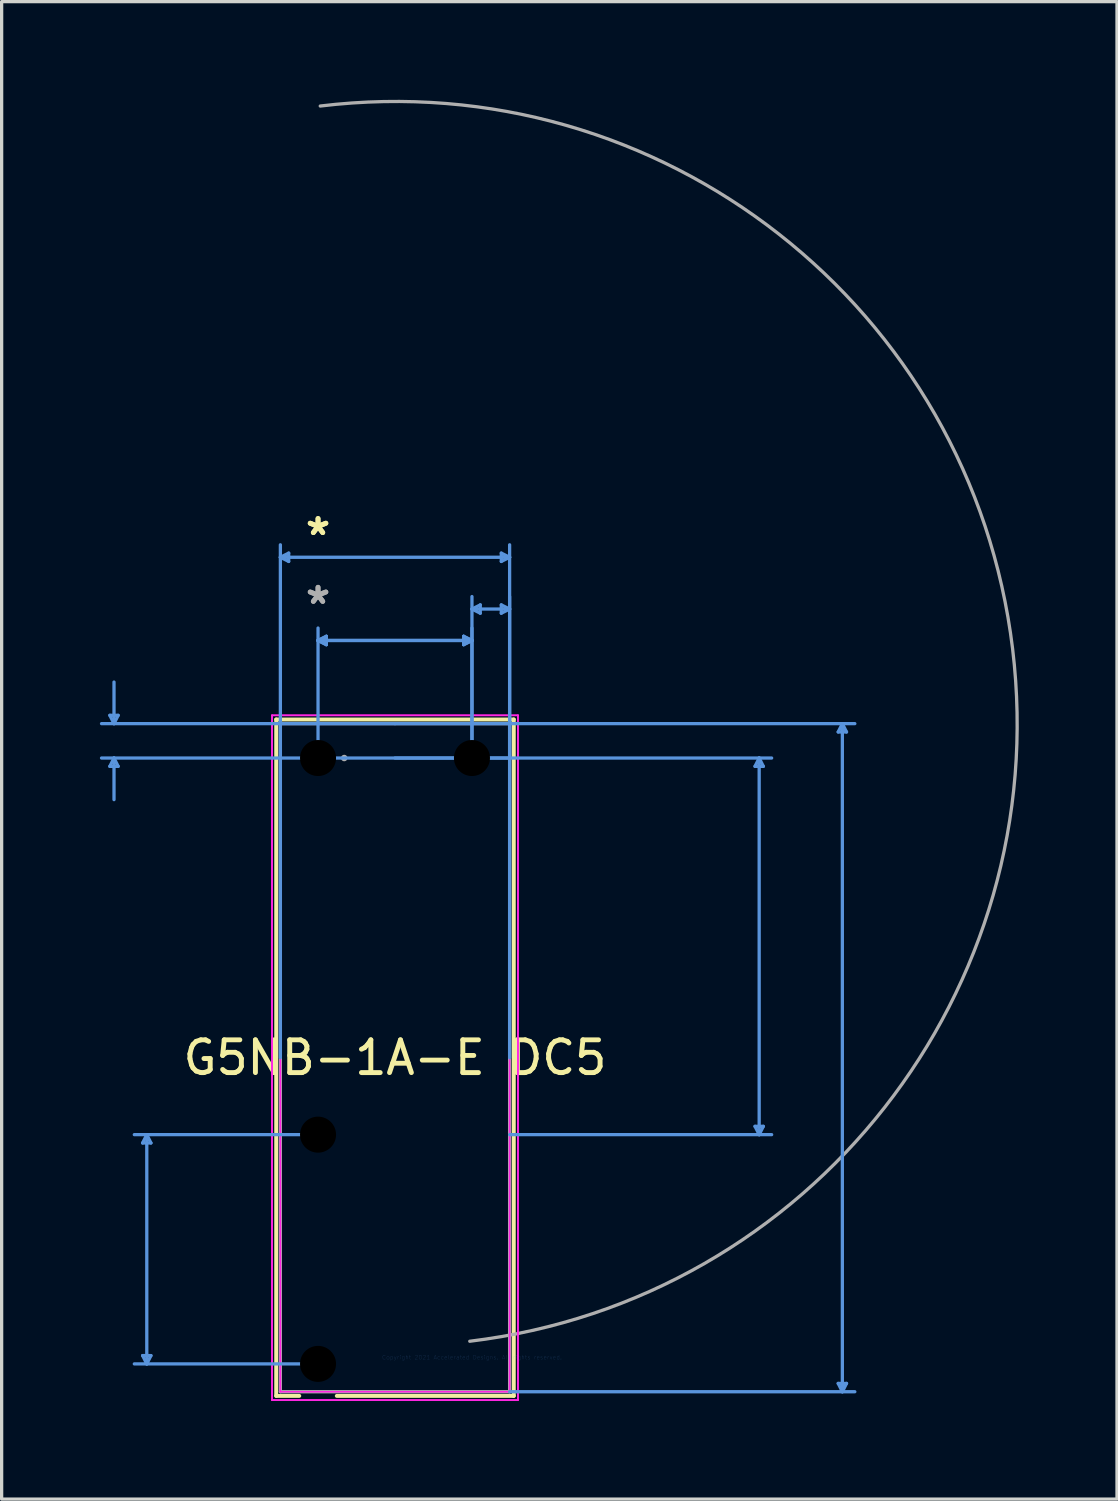
<source format=kicad_pcb>
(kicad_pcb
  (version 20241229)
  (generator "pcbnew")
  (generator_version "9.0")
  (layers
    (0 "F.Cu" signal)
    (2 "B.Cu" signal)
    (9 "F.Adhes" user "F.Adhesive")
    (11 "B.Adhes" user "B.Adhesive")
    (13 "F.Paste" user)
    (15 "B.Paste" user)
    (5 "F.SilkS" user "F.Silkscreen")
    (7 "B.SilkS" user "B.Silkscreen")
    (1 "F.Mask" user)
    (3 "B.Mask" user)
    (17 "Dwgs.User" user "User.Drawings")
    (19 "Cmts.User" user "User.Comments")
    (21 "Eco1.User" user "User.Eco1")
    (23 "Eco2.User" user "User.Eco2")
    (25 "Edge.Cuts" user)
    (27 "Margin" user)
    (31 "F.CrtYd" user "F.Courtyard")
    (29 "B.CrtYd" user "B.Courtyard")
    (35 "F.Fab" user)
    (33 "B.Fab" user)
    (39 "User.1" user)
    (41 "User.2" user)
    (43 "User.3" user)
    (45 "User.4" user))
  (footprint "G5NB-1A-E DC5"
    (layer "F.Cu")
    (at 11.361 38.396)
    (property "Reference" "G5NB-1A-E DC5" (at -2.35 -9.15 0) (layer "F.SilkS") (effects (font (size 1 1) (thickness 0.15))))
    (attr through_hole)
    (fp_line (start -5.977 -19.477) (end -5.977 1.177) (stroke (width 0.12) (type solid)) (layer "F.SilkS"))
    (fp_line (start -5.977 1.177) (end -5.273 1.177) (stroke (width 0.12) (type solid)) (layer "F.SilkS"))
    (fp_line (start -4.127 1.177) (end 1.277 1.177) (stroke (width 0.12) (type solid)) (layer "F.SilkS"))
    (fp_line (start 1.277 -19.477) (end -5.977 -19.477) (stroke (width 0.12) (type solid)) (layer "F.SilkS"))
    (fp_line (start 1.277 1.177) (end 1.277 -19.477) (stroke (width 0.12) (type solid)) (layer "F.SilkS"))
    (fp_line (start -11.057 -19.604) (end -10.803 -19.604) (stroke (width 0.1) (type solid)) (layer "Cmts.User"))
    (fp_line (start -11.057 -18.046) (end -10.803 -18.046) (stroke (width 0.1) (type solid)) (layer "Cmts.User"))
    (fp_line (start -10.93 -19.35) (end -11.057 -19.604) (stroke (width 0.1) (type solid)) (layer "Cmts.User"))
    (fp_line (start -10.93 -19.35) (end -10.93 -20.62) (stroke (width 0.1) (type solid)) (layer "Cmts.User"))
    (fp_line (start -10.93 -19.35) (end -10.803 -19.604) (stroke (width 0.1) (type solid)) (layer "Cmts.User"))
    (fp_line (start -10.93 -18.3) (end -11.057 -18.046) (stroke (width 0.1) (type solid)) (layer "Cmts.User"))
    (fp_line (start -10.93 -18.3) (end -10.93 -17.03) (stroke (width 0.1) (type solid)) (layer "Cmts.User"))
    (fp_line (start -10.93 -18.3) (end -10.803 -18.046) (stroke (width 0.1) (type solid)) (layer "Cmts.User"))
    (fp_line (start -10.056 -0.054) (end -9.929 0.2) (stroke (width 0.1) (type solid)) (layer "Cmts.User"))
    (fp_line (start -10.056 -6.546) (end -9.929 -6.8) (stroke (width 0.1) (type solid)) (layer "Cmts.User"))
    (fp_line (start -10.056 -6.546) (end -9.802 -6.546) (stroke (width 0.1) (type solid)) (layer "Cmts.User"))
    (fp_line (start -9.929 -6.8) (end -9.929 0.2) (stroke (width 0.1) (type solid)) (layer "Cmts.User"))
    (fp_line (start -9.802 -0.054) (end -10.056 -0.054) (stroke (width 0.1) (type solid)) (layer "Cmts.User"))
    (fp_line (start -9.802 -0.054) (end -9.929 0.2) (stroke (width 0.1) (type solid)) (layer "Cmts.User"))
    (fp_line (start -9.802 -6.546) (end -9.929 -6.8) (stroke (width 0.1) (type solid)) (layer "Cmts.User"))
    (fp_line (start -5.85 -24.43) (end -5.596 -24.557) (stroke (width 0.1) (type solid)) (layer "Cmts.User"))
    (fp_line (start -5.85 -24.43) (end -5.596 -24.303) (stroke (width 0.1) (type solid)) (layer "Cmts.User"))
    (fp_line (start -5.85 -24.43) (end 1.15 -24.43) (stroke (width 0.1) (type solid)) (layer "Cmts.User"))
    (fp_line (start -5.85 -9.15) (end -5.85 -24.811) (stroke (width 0.1) (type solid)) (layer "Cmts.User"))
    (fp_line (start -5.596 -24.557) (end -5.596 -24.303) (stroke (width 0.1) (type solid)) (layer "Cmts.User"))
    (fp_line (start -4.7 -21.888) (end -0.000013 -21.888) (stroke (width 0.1) (type solid)) (layer "Cmts.User"))
    (fp_line (start -4.7 -21.89) (end -4.446 -22.017) (stroke (width 0.1) (type solid)) (layer "Cmts.User"))
    (fp_line (start -4.7 -21.89) (end -4.446 -21.763) (stroke (width 0.1) (type solid)) (layer "Cmts.User"))
    (fp_line (start -4.7 -21.89) (end 0 -21.89) (stroke (width 0.1) (type solid)) (layer "Cmts.User"))
    (fp_line (start -4.7 -18.3) (end -4.7 -22.269) (stroke (width 0.1) (type solid)) (layer "Cmts.User"))
    (fp_line (start -4.7 -6.8) (end -10.31 -6.8) (stroke (width 0.1) (type solid)) (layer "Cmts.User"))
    (fp_line (start -4.7 0.2) (end -10.31 0.2) (stroke (width 0.1) (type solid)) (layer "Cmts.User"))
    (fp_line (start -4.446 -21.761) (end -4.7 -21.888) (stroke (width 0.1) (type solid)) (layer "Cmts.User"))
    (fp_line (start -4.446 -21.761) (end -4.446 -22.015) (stroke (width 0.1) (type solid)) (layer "Cmts.User"))
    (fp_line (start -4.446 -22.015) (end -4.7 -21.888) (stroke (width 0.1) (type solid)) (layer "Cmts.User"))
    (fp_line (start -4.446 -22.017) (end -4.446 -21.763) (stroke (width 0.1) (type solid)) (layer "Cmts.User"))
    (fp_line (start -2.35 -19.35) (end -11.311 -19.35) (stroke (width 0.1) (type solid)) (layer "Cmts.User"))
    (fp_line (start -2.35 -19.35) (end 11.691 -19.35) (stroke (width 0.1) (type solid)) (layer "Cmts.User"))
    (fp_line (start -2.35 -18.3) (end 9.151 -18.3) (stroke (width 0.1) (type solid)) (layer "Cmts.User"))
    (fp_line (start -0.254 -22.015) (end -0.254 -21.761) (stroke (width 0.1) (type solid)) (layer "Cmts.User"))
    (fp_line (start -0.254 -22.015) (end -0.000013 -21.888) (stroke (width 0.1) (type solid)) (layer "Cmts.User"))
    (fp_line (start -0.254 -21.761) (end -0.000013 -21.888) (stroke (width 0.1) (type solid)) (layer "Cmts.User"))
    (fp_line (start -0.254 -22.017) (end -0.254 -21.763) (stroke (width 0.1) (type solid)) (layer "Cmts.User"))
    (fp_line (start -0.000017 -22.849) (end 1.15 -22.849) (stroke (width 0.1) (type solid)) (layer "Cmts.User"))
    (fp_line (start 0 -21.89) (end -0.254 -22.017) (stroke (width 0.1) (type solid)) (layer "Cmts.User"))
    (fp_line (start 0 -21.89) (end -0.254 -21.763) (stroke (width 0.1) (type solid)) (layer "Cmts.User"))
    (fp_line (start 0 -18.3) (end -0.000018 -23.23) (stroke (width 0.1) (type solid)) (layer "Cmts.User"))
    (fp_line (start 0 -18.3) (end -0.000015 -22.269) (stroke (width 0.1) (type solid)) (layer "Cmts.User"))
    (fp_line (start 0.254 -22.976) (end -0.000017 -22.849) (stroke (width 0.1) (type solid)) (layer "Cmts.User"))
    (fp_line (start 0.254 -22.722) (end -0.000017 -22.849) (stroke (width 0.1) (type solid)) (layer "Cmts.User"))
    (fp_line (start 0.254 -22.722) (end 0.254 -22.976) (stroke (width 0.1) (type solid)) (layer "Cmts.User"))
    (fp_line (start 0.896 -22.976) (end 0.896 -22.722) (stroke (width 0.1) (type solid)) (layer "Cmts.User"))
    (fp_line (start 0.896 -22.976) (end 1.15 -22.849) (stroke (width 0.1) (type solid)) (layer "Cmts.User"))
    (fp_line (start 0.896 -22.722) (end 1.15 -22.849) (stroke (width 0.1) (type solid)) (layer "Cmts.User"))
    (fp_line (start 0.896 -24.557) (end 0.896 -24.303) (stroke (width 0.1) (type solid)) (layer "Cmts.User"))
    (fp_line (start 1.15 -24.43) (end 0.896 -24.557) (stroke (width 0.1) (type solid)) (layer "Cmts.User"))
    (fp_line (start 1.15 -24.43) (end 0.896 -24.303) (stroke (width 0.1) (type solid)) (layer "Cmts.User"))
    (fp_line (start 1.15 -18.3) (end -11.311 -18.3) (stroke (width 0.1) (type solid)) (layer "Cmts.User"))
    (fp_line (start 1.15 -18.3) (end 1.15 -23.23) (stroke (width 0.1) (type solid)) (layer "Cmts.User"))
    (fp_line (start 1.15 -9.15) (end 1.15 -24.811) (stroke (width 0.1) (type solid)) (layer "Cmts.User"))
    (fp_line (start 1.15 -6.8) (end 9.151 -6.8) (stroke (width 0.1) (type solid)) (layer "Cmts.User"))
    (fp_line (start 1.15 1.05) (end 11.691 1.05) (stroke (width 0.1) (type solid)) (layer "Cmts.User"))
    (fp_line (start 8.643 -18.046) (end 8.897 -18.046) (stroke (width 0.1) (type solid)) (layer "Cmts.User"))
    (fp_line (start 8.643 -7.054) (end 8.897 -7.054) (stroke (width 0.1) (type solid)) (layer "Cmts.User"))
    (fp_line (start 8.77 -18.3) (end 8.643 -18.046) (stroke (width 0.1) (type solid)) (layer "Cmts.User"))
    (fp_line (start 8.77 -18.3) (end 8.77 -6.8) (stroke (width 0.1) (type solid)) (layer "Cmts.User"))
    (fp_line (start 8.77 -18.3) (end 8.897 -18.046) (stroke (width 0.1) (type solid)) (layer "Cmts.User"))
    (fp_line (start 8.77 -6.8) (end 8.643 -7.054) (stroke (width 0.1) (type solid)) (layer "Cmts.User"))
    (fp_line (start 8.77 -6.8) (end 8.897 -7.054) (stroke (width 0.1) (type solid)) (layer "Cmts.User"))
    (fp_line (start 11.183 -19.096) (end 11.437 -19.096) (stroke (width 0.1) (type solid)) (layer "Cmts.User"))
    (fp_line (start 11.183 0.796) (end 11.437 0.796) (stroke (width 0.1) (type solid)) (layer "Cmts.User"))
    (fp_line (start 11.31 -19.35) (end 11.183 -19.096) (stroke (width 0.1) (type solid)) (layer "Cmts.User"))
    (fp_line (start 11.31 -19.35) (end 11.31 1.05) (stroke (width 0.1) (type solid)) (layer "Cmts.User"))
    (fp_line (start 11.31 -19.35) (end 11.437 -19.096) (stroke (width 0.1) (type solid)) (layer "Cmts.User"))
    (fp_line (start 11.31 1.05) (end 11.183 0.796) (stroke (width 0.1) (type solid)) (layer "Cmts.User"))
    (fp_line (start 11.31 1.05) (end 11.437 0.796) (stroke (width 0.1) (type solid)) (layer "Cmts.User"))
    (fp_line (start -6.104 -19.604) (end 1.404 -19.604) (stroke (width 0.05) (type solid)) (layer "F.CrtYd"))
    (fp_line (start -6.104 -19.604) (end 1.404 -19.604) (stroke (width 0.05) (type solid)) (layer "F.CrtYd"))
    (fp_line (start -6.104 1.304) (end -6.104 -19.604) (stroke (width 0.05) (type solid)) (layer "F.CrtYd"))
    (fp_line (start -6.104 1.304) (end -6.104 -19.604) (stroke (width 0.05) (type solid)) (layer "F.CrtYd"))
    (fp_line (start -5.85 -19.35) (end 1.15 -19.35) (stroke (width 0.05) (type solid)) (layer "F.CrtYd"))
    (fp_line (start -5.85 1.05) (end -5.85 -19.35) (stroke (width 0.05) (type solid)) (layer "F.CrtYd"))
    (fp_line (start 1.15 -19.35) (end 1.15 1.05) (stroke (width 0.05) (type solid)) (layer "F.CrtYd"))
    (fp_line (start 1.15 1.05) (end -5.85 1.05) (stroke (width 0.05) (type solid)) (layer "F.CrtYd"))
    (fp_line (start 1.404 -19.604) (end 1.404 1.304) (stroke (width 0.05) (type solid)) (layer "F.CrtYd"))
    (fp_line (start 1.404 -19.604) (end 1.404 1.304) (stroke (width 0.05) (type solid)) (layer "F.CrtYd"))
    (fp_line (start 1.404 1.304) (end -6.104 1.304) (stroke (width 0.05) (type solid)) (layer "F.CrtYd"))
    (fp_line (start 1.404 1.304) (end -6.104 1.304) (stroke (width 0.05) (type solid)) (layer "F.CrtYd"))
    (fp_line (start -5.85 -19.35) (end -5.85 1.05) (stroke (width 0.1) (type solid)) (layer "F.Fab"))
    (fp_line (start -5.85 1.05) (end 1.15 1.05) (stroke (width 0.1) (type solid)) (layer "F.Fab"))
    (fp_line (start 1.15 -19.35) (end -5.85 -19.35) (stroke (width 0.1) (type solid)) (layer "F.Fab"))
    (fp_line (start 1.15 1.05) (end 1.15 -19.35) (stroke (width 0.1) (type solid)) (layer "F.Fab"))
    (fp_arc (start -4.632568 -38.20851) (mid 16.50851 -21.632568) (end -0.067432 -0.49149) (stroke (width 0.1) (type solid)) (layer "F.Fab"))
    (fp_circle (center -3.9 -18.3) (end -3.9 -18.3) (stroke (width 0.1) (type solid)) (fill no) (layer "F.Fab"))
    (fp_text user "*" (at -4.7 -25.067 0) (layer "F.SilkS") (effects (font (size 1 1) (thickness 0.15))))
    (fp_text user "*" (at -4.7 -25.067 0) (layer "F.SilkS") (effects (font (size 1 1) (thickness 0.15))))
    (fp_text user "Copyright 2021 Accelerated Designs. All rights reserved." (at 0 0 0) (layer "Cmts.User") (effects (font (size 0.127 0.127) (thickness 0.002))))
    (fp_text user "*" (at -4.7 -22.967 0) (layer "F.Fab") (effects (font (size 1 1) (thickness 0.15))))
    (fp_text user "*" (at -4.7 -22.967 0) (layer "F.Fab") (effects (font (size 1 1) (thickness 0.15))))
    (pad "" np_thru_hole circle (at -4.7 -18.3) (size 1.608 1.608) (drill 1.1) (layers))
    (pad "" np_thru_hole circle (at -4.7 -6.8) (size 1.608 1.608) (drill 1.1) (layers))
    (pad "" np_thru_hole circle (at -4.7 0.2) (size 1.608 1.608) (drill 1.1) (layers))
    (pad "" np_thru_hole circle (at 0 -18.3) (size 1.608 1.608) (drill 1.1) (layers)))
  (gr_rect
    (start -3 -3)
    (end 31.057 42.725)
    (stroke (width 0.1) (type default))
    (fill no)
    (layer "Edge.Cuts")))
</source>
